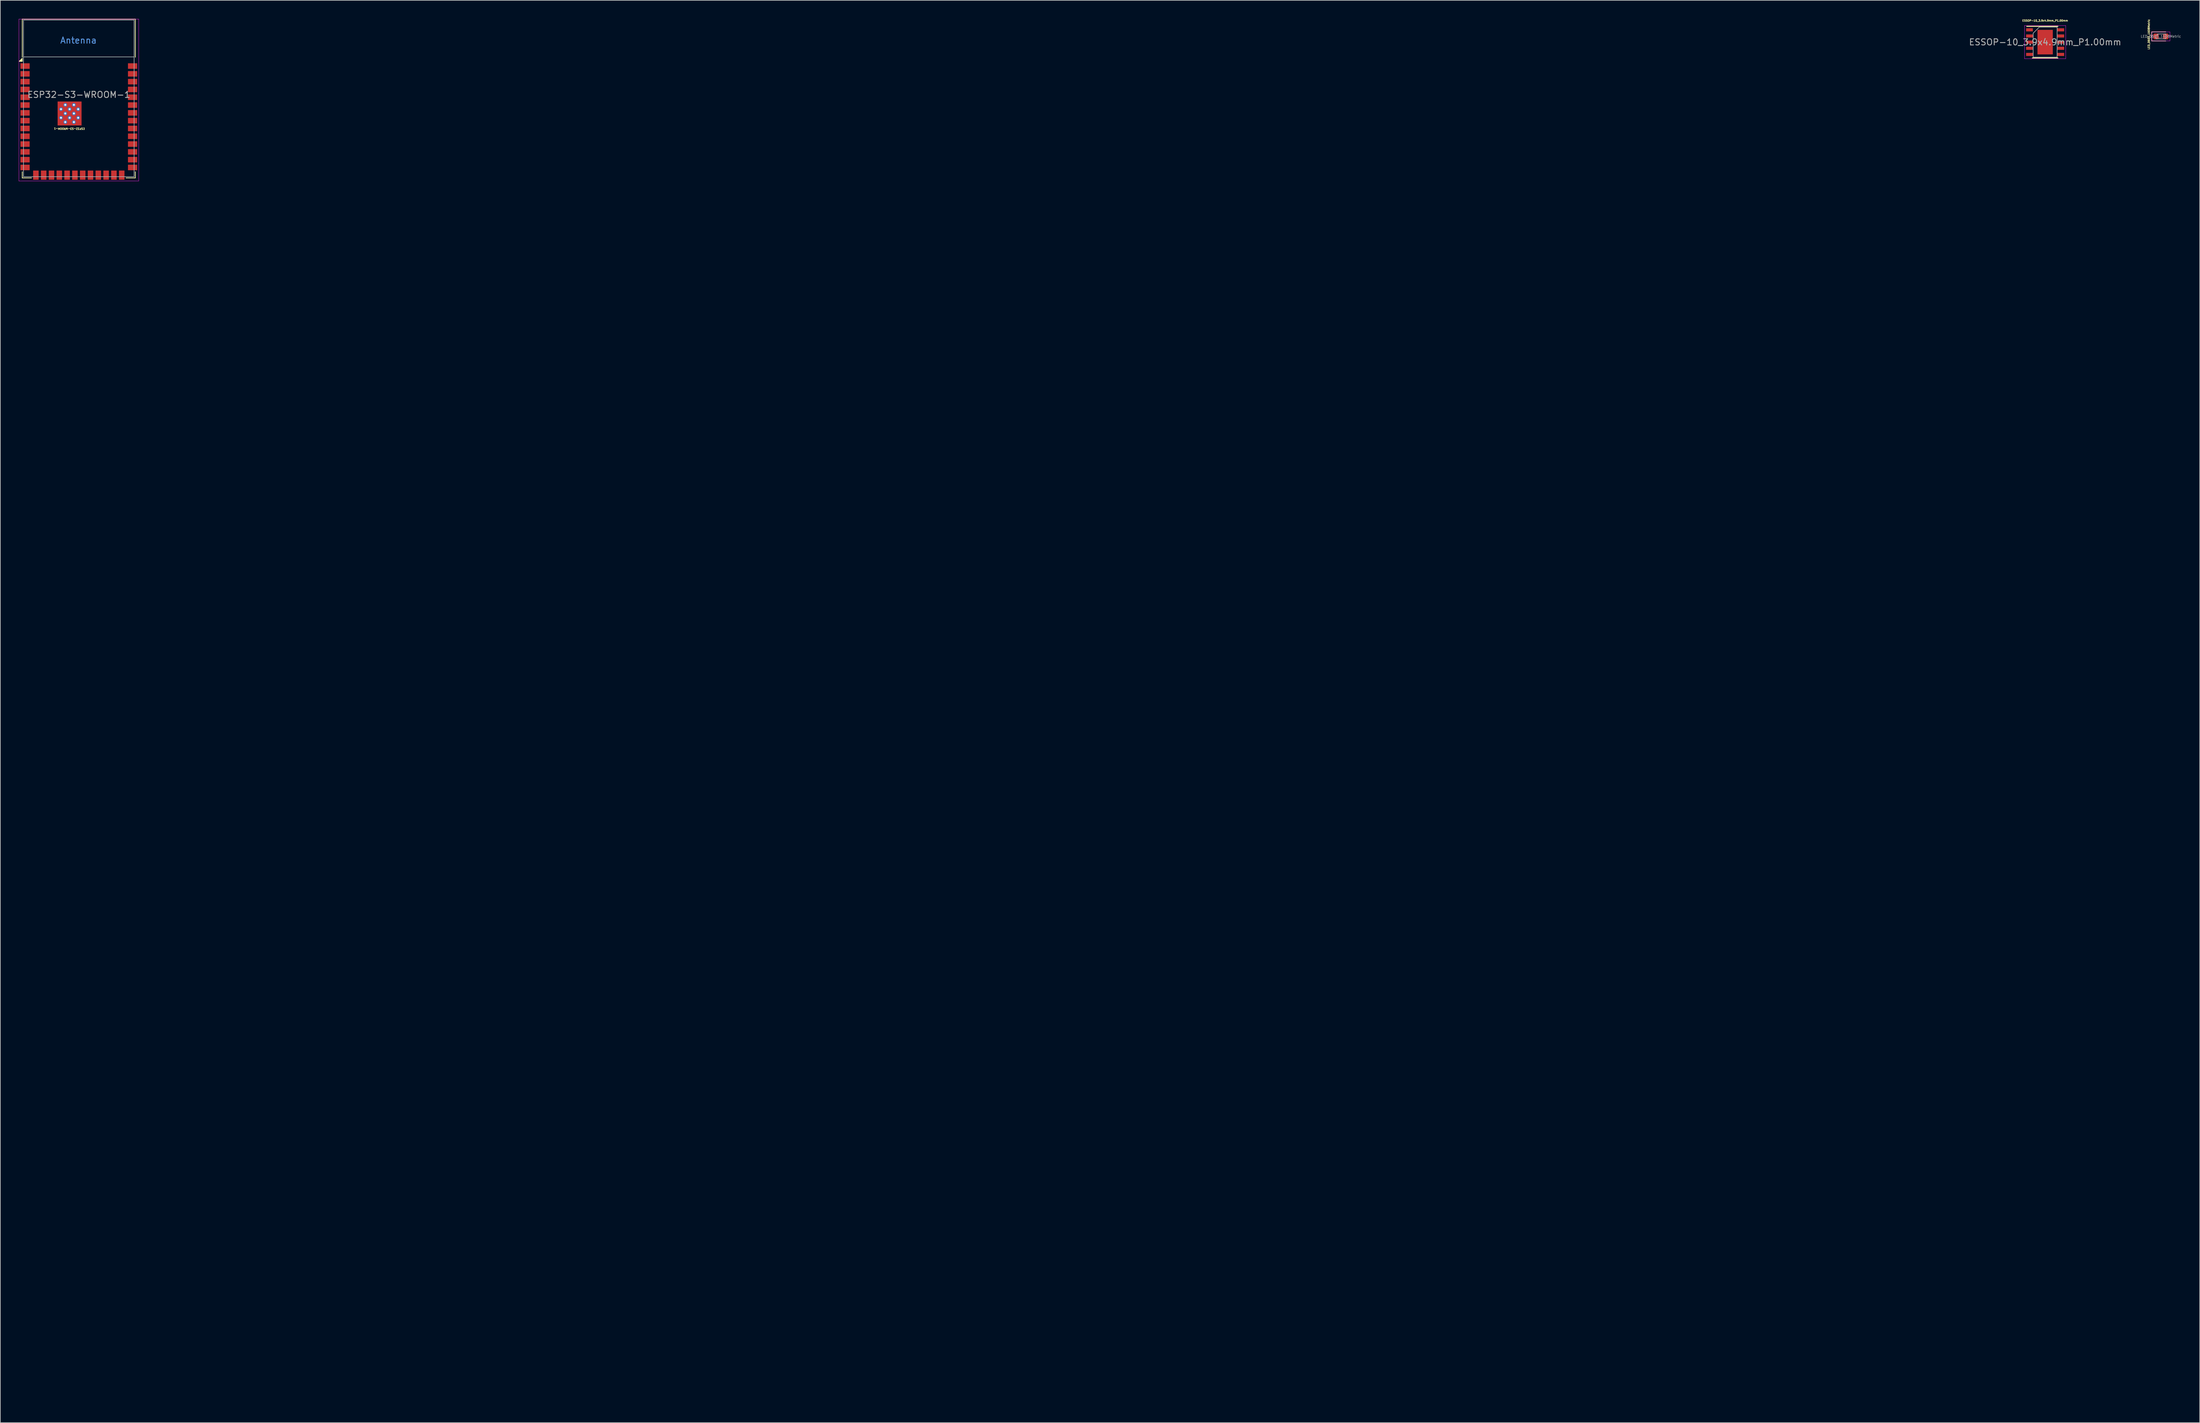
<source format=kicad_pcb>
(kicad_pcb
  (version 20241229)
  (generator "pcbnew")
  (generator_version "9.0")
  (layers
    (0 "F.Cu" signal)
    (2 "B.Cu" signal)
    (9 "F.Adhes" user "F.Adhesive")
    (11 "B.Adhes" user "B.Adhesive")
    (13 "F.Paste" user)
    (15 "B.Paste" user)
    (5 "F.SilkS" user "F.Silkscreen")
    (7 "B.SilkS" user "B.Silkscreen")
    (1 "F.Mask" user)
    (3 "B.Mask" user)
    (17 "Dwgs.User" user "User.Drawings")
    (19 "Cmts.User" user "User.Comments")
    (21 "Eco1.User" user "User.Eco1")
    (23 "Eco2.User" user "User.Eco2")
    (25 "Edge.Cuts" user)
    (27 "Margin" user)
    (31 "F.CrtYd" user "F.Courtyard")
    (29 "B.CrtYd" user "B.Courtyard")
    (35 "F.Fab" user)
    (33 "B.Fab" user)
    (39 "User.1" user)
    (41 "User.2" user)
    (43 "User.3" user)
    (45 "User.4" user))
  (footprint "ESSOP-10_3.9x4.9mm_P1.00mm"
    (layer "F.Cu")
    (at 329.786 3.807)
    (property "Reference" "ESSOP-10_3.9x4.9mm_P1.00mm" (at 0 -3.5 0) (layer "F.SilkS") (effects (font (size 0.3 0.3) (thickness 0.075))))
    (attr smd)
    (fp_line (start -3 -2.57) (end 2.07 -2.57) (stroke (width 0.15) (type solid)) (layer "F.SilkS"))
    (fp_line (start -2.07 2.57) (end 2.07 2.57) (stroke (width 0.15) (type solid)) (layer "F.SilkS"))
    (fp_line (start -3.35 -2.7) (end -3.35 2.7) (stroke (width 0.05) (type solid)) (layer "F.CrtYd"))
    (fp_line (start -3.35 -2.7) (end 3.35 -2.7) (stroke (width 0.05) (type solid)) (layer "F.CrtYd"))
    (fp_line (start -3.35 2.7) (end 3.35 2.7) (stroke (width 0.05) (type solid)) (layer "F.CrtYd"))
    (fp_line (start 3.35 -2.7) (end 3.35 2.7) (stroke (width 0.05) (type solid)) (layer "F.CrtYd"))
    (fp_line (start -1.95 -1.45) (end -0.95 -2.45) (stroke (width 0.1) (type solid)) (layer "F.Fab"))
    (fp_line (start -1.95 2.45) (end -1.95 -1.45) (stroke (width 0.1) (type solid)) (layer "F.Fab"))
    (fp_line (start -0.95 -2.45) (end 1.95 -2.45) (stroke (width 0.1) (type solid)) (layer "F.Fab"))
    (fp_line (start 1.95 -2.45) (end 1.95 2.45) (stroke (width 0.1) (type solid)) (layer "F.Fab"))
    (fp_line (start 1.95 2.45) (end -1.95 2.45) (stroke (width 0.1) (type solid)) (layer "F.Fab"))
    (fp_text user "${REFERENCE}" (at 0 0 0) (layer "F.Fab") (effects (font (size 1 1) (thickness 0.15))))
    (pad "1" smd rect (at -2.55 -2) (size 1.1 0.51) (layers "F.Cu" "F.Mask" "F.Paste"))
    (pad "2" smd rect (at -2.55 -1) (size 1.1 0.51) (layers "F.Cu" "F.Mask" "F.Paste"))
    (pad "3" smd rect (at -2.55 0) (size 1.1 0.51) (layers "F.Cu" "F.Mask" "F.Paste"))
    (pad "4" smd rect (at -2.55 1) (size 1.1 0.51) (layers "F.Cu" "F.Mask" "F.Paste"))
    (pad "5" smd rect (at -2.55 2) (size 1.1 0.51) (layers "F.Cu" "F.Mask" "F.Paste"))
    (pad "6" smd rect (at 2.55 2) (size 1.1 0.51) (layers "F.Cu" "F.Mask" "F.Paste"))
    (pad "7" smd rect (at 2.55 1) (size 1.1 0.51) (layers "F.Cu" "F.Mask" "F.Paste"))
    (pad "8" smd rect (at 2.55 0) (size 1.1 0.51) (layers "F.Cu" "F.Mask" "F.Paste"))
    (pad "9" smd rect (at 2.55 -1) (size 1.1 0.51) (layers "F.Cu" "F.Mask" "F.Paste"))
    (pad "10" smd rect (at 2.55 -2) (size 1.1 0.51) (layers "F.Cu" "F.Mask" "F.Paste"))
    (pad "11" smd rect (at 0 0) (size 2.5 4) (layers "F.Cu" "F.Mask" "F.Paste")))
  (footprint "LED_0603_1608Metric"
    (layer "F.Cu")
    (at 348.618 2.878)
    (property "Reference" "LED_0603_1608Metric" (at -1.955 -0.338 270) (layer "F.SilkS") (effects (font (size 0.3 0.3) (thickness 0.15))))
    (attr smd)
    (fp_line (start -1.485 -0.735) (end -1.485 0.735) (stroke (width 0.12) (type solid)) (layer "F.SilkS"))
    (fp_line (start -1.485 0.735) (end 0.8 0.735) (stroke (width 0.12) (type solid)) (layer "F.SilkS"))
    (fp_line (start 0.8 -0.735) (end -1.485 -0.735) (stroke (width 0.12) (type solid)) (layer "F.SilkS"))
    (fp_line (start -1.48 -0.73) (end 1.48 -0.73) (stroke (width 0.05) (type solid)) (layer "F.CrtYd"))
    (fp_line (start -1.48 0.73) (end -1.48 -0.73) (stroke (width 0.05) (type solid)) (layer "F.CrtYd"))
    (fp_line (start 1.48 -0.73) (end 1.48 0.73) (stroke (width 0.05) (type solid)) (layer "F.CrtYd"))
    (fp_line (start 1.48 0.73) (end -1.48 0.73) (stroke (width 0.05) (type solid)) (layer "F.CrtYd"))
    (fp_line (start -0.8 -0.1) (end -0.8 0.4) (stroke (width 0.1) (type solid)) (layer "F.Fab"))
    (fp_line (start -0.8 0.4) (end 0.8 0.4) (stroke (width 0.1) (type solid)) (layer "F.Fab"))
    (fp_line (start -0.5 -0.4) (end -0.8 -0.1) (stroke (width 0.1) (type solid)) (layer "F.Fab"))
    (fp_line (start 0.8 -0.4) (end -0.5 -0.4) (stroke (width 0.1) (type solid)) (layer "F.Fab"))
    (fp_line (start 0.8 0.4) (end 0.8 -0.4) (stroke (width 0.1) (type solid)) (layer "F.Fab"))
    (fp_text user "${REFERENCE}" (at 0 0 180) (layer "F.Fab") (effects (font (size 0.4 0.4) (thickness 0.06))))
    (pad "1" smd roundrect (at -0.788 0) (size 0.875 0.95) (layers "F.Cu" "F.Mask" "F.Paste") (roundrect_rratio 0.25))
    (pad "2" smd roundrect (at 0.788 0) (size 0.875 0.95) (layers "F.Cu" "F.Mask" "F.Paste") (roundrect_rratio 0.25)))
  (footprint "ESP32-S3-WROOM-1"
    (layer "F.Cu")
    (at 9.775 12.96)
    (property "Reference" "ESP32-S3-WROOM-1" (at -1.539 4.93 180) (unlocked yes) (layer "F.SilkS") (effects (font (size 0.3 0.3) (thickness 0.075))))
    (attr smd)
    (fp_line (start -9.2 -12.9) (end -9.2 -6.7) (stroke (width 0.12) (type solid)) (layer "F.SilkS"))
    (fp_line (start -9.2 -12.9) (end 9.2 -12.9) (stroke (width 0.12) (type solid)) (layer "F.SilkS"))
    (fp_line (start -9.2 11.95) (end -9.2 12.95) (stroke (width 0.12) (type solid)) (layer "F.SilkS"))
    (fp_line (start -9.2 12.95) (end -7.7 12.95) (stroke (width 0.12) (type solid)) (layer "F.SilkS"))
    (fp_line (start 9.2 -12.9) (end 9.2 -6.7) (stroke (width 0.12) (type solid)) (layer "F.SilkS"))
    (fp_line (start 9.2 12.95) (end 7.7 12.95) (stroke (width 0.12) (type solid)) (layer "F.SilkS"))
    (fp_line (start 9.2 12.95) (end 9.2 11.95) (stroke (width 0.12) (type solid)) (layer "F.SilkS"))
    (fp_poly (pts (xy -9.2 -6.025) (xy -9.7 -6.025) (xy -9.2 -6.525) (xy -9.2 -6.025)) (stroke (width 0.12) (type solid)) (fill yes) (layer "F.SilkS"))
    (fp_line (start -9.75 -12.9) (end -9.75 -6.75) (stroke (width 0.05) (type solid)) (layer "F.CrtYd"))
    (fp_line (start -9.75 13.45) (end -9.75 -6.75) (stroke (width 0.05) (type solid)) (layer "F.CrtYd"))
    (fp_line (start -9.75 13.45) (end 9.75 13.45) (stroke (width 0.05) (type solid)) (layer "F.CrtYd"))
    (fp_line (start 9.75 -12.9) (end -9.75 -12.9) (stroke (width 0.05) (type solid)) (layer "F.CrtYd"))
    (fp_line (start 9.75 -6.75) (end 9.75 -12.9) (stroke (width 0.05) (type solid)) (layer "F.CrtYd"))
    (fp_line (start 9.75 -6.75) (end 9.75 13.45) (stroke (width 0.05) (type solid)) (layer "F.CrtYd"))
    (fp_line (start -9 -12.75) (end 9 -12.75) (stroke (width 0.1) (type solid)) (layer "F.Fab"))
    (fp_line (start -9 -6.75) (end 9 -6.75) (stroke (width 0.1) (type solid)) (layer "F.Fab"))
    (fp_line (start -9 12.75) (end -9 -12.75) (stroke (width 0.1) (type solid)) (layer "F.Fab"))
    (fp_line (start -9 12.75) (end 9 12.75) (stroke (width 0.1) (type solid)) (layer "F.Fab"))
    (fp_line (start 9 12.75) (end 9 -12.75) (stroke (width 0.1) (type solid)) (layer "F.Fab"))
    (fp_text user "Antenna" (at -0.05 -9.44 0) (layer "Cmts.User") (effects (font (size 1 1) (thickness 0.15))))
    (fp_text user "${REFERENCE}" (at 0 -0.6 0) (unlocked yes) (layer "F.Fab") (effects (font (size 1 1) (thickness 0.15))))
    (pad "" smd rect (at -2.9 1.06) (size 0.9 0.9) (layers "F.Paste"))
    (pad "" smd rect (at -2.9 2.46 270) (size 0.9 0.9) (layers "F.Paste"))
    (pad "" smd rect (at -2.9 3.86) (size 0.9 0.9) (layers "F.Paste"))
    (pad "" smd rect (at -1.5 1.06 270) (size 0.9 0.9) (layers "F.Paste"))
    (pad "" smd rect (at -1.5 2.46 270) (size 0.9 0.9) (layers "F.Paste"))
    (pad "" smd rect (at -1.5 3.86 270) (size 0.9 0.9) (layers "F.Paste"))
    (pad "" smd rect (at -0.1 1.06 270) (size 0.9 0.9) (layers "F.Paste"))
    (pad "" smd rect (at -0.1 2.46 270) (size 0.9 0.9) (layers "F.Paste"))
    (pad "" smd rect (at -0.1 3.86 270) (size 0.9 0.9) (layers "F.Paste"))
    (pad "1" smd rect (at -8.75 -5.26) (size 1.5 0.9) (layers "F.Cu" "F.Mask" "F.Paste"))
    (pad "2" smd rect (at -8.75 -3.99) (size 1.5 0.9) (layers "F.Cu" "F.Mask" "F.Paste"))
    (pad "3" smd rect (at -8.75 -2.72) (size 1.5 0.9) (layers "F.Cu" "F.Mask" "F.Paste"))
    (pad "4" smd rect (at -8.75 -1.45) (size 1.5 0.9) (layers "F.Cu" "F.Mask" "F.Paste"))
    (pad "5" smd rect (at -8.75 -0.18) (size 1.5 0.9) (layers "F.Cu" "F.Mask" "F.Paste"))
    (pad "6" smd rect (at -8.75 1.09) (size 1.5 0.9) (layers "F.Cu" "F.Mask" "F.Paste"))
    (pad "7" smd rect (at -8.75 2.36) (size 1.5 0.9) (layers "F.Cu" "F.Mask" "F.Paste"))
    (pad "8" smd rect (at -8.75 3.63) (size 1.5 0.9) (layers "F.Cu" "F.Mask" "F.Paste"))
    (pad "9" smd rect (at -8.75 4.9) (size 1.5 0.9) (layers "F.Cu" "F.Mask" "F.Paste"))
    (pad "10" smd rect (at -8.75 6.17) (size 1.5 0.9) (layers "F.Cu" "F.Mask" "F.Paste"))
    (pad "11" smd rect (at -8.75 7.44) (size 1.5 0.9) (layers "F.Cu" "F.Mask" "F.Paste"))
    (pad "12" smd rect (at -8.75 8.71) (size 1.5 0.9) (layers "F.Cu" "F.Mask" "F.Paste"))
    (pad "13" smd rect (at -8.75 9.98) (size 1.5 0.9) (layers "F.Cu" "F.Mask" "F.Paste"))
    (pad "14" smd rect (at -8.75 11.25 180) (size 1.5 0.9) (layers "F.Cu" "F.Mask" "F.Paste"))
    (pad "15" smd rect (at -6.985 12.5 270) (size 1.5 0.9) (layers "F.Cu" "F.Mask" "F.Paste"))
    (pad "16" smd rect (at -5.715 12.5 270) (size 1.5 0.9) (layers "F.Cu" "F.Mask" "F.Paste"))
    (pad "17" smd rect (at -4.445 12.5 270) (size 1.5 0.9) (layers "F.Cu" "F.Mask" "F.Paste"))
    (pad "18" smd rect (at -3.175 12.5 270) (size 1.5 0.9) (layers "F.Cu" "F.Mask" "F.Paste"))
    (pad "19" smd rect (at -1.905 12.5 270) (size 1.5 0.9) (layers "F.Cu" "F.Mask" "F.Paste"))
    (pad "20" smd rect (at -0.635 12.5 270) (size 1.5 0.9) (layers "F.Cu" "F.Mask" "F.Paste"))
    (pad "21" smd rect (at 0.635 12.5 270) (size 1.5 0.9) (layers "F.Cu" "F.Mask" "F.Paste"))
    (pad "22" smd rect (at 1.905 12.5 270) (size 1.5 0.9) (layers "F.Cu" "F.Mask" "F.Paste"))
    (pad "23" smd rect (at 3.175 12.5 270) (size 1.5 0.9) (layers "F.Cu" "F.Mask" "F.Paste"))
    (pad "24" smd rect (at 4.445 12.5 270) (size 1.5 0.9) (layers "F.Cu" "F.Mask" "F.Paste"))
    (pad "25" smd rect (at 5.715 12.5 270) (size 1.5 0.9) (layers "F.Cu" "F.Mask" "F.Paste"))
    (pad "26" smd rect (at 6.985 12.5 270) (size 1.5 0.9) (layers "F.Cu" "F.Mask" "F.Paste"))
    (pad "27" smd rect (at 8.75 11.25) (size 1.5 0.9) (layers "F.Cu" "F.Mask" "F.Paste"))
    (pad "28" smd rect (at 8.75 9.98) (size 1.5 0.9) (layers "F.Cu" "F.Mask" "F.Paste"))
    (pad "29" smd rect (at 8.75 8.71) (size 1.5 0.9) (layers "F.Cu" "F.Mask" "F.Paste"))
    (pad "30" smd rect (at 8.75 7.44) (size 1.5 0.9) (layers "F.Cu" "F.Mask" "F.Paste"))
    (pad "31" smd rect (at 8.75 6.17) (size 1.5 0.9) (layers "F.Cu" "F.Mask" "F.Paste"))
    (pad "32" smd rect (at 8.75 4.9) (size 1.5 0.9) (layers "F.Cu" "F.Mask" "F.Paste"))
    (pad "33" smd rect (at 8.75 3.63) (size 1.5 0.9) (layers "F.Cu" "F.Mask" "F.Paste"))
    (pad "34" smd rect (at 8.75 2.36) (size 1.5 0.9) (layers "F.Cu" "F.Mask" "F.Paste"))
    (pad "35" smd rect (at 8.75 1.09) (size 1.5 0.9) (layers "F.Cu" "F.Mask" "F.Paste"))
    (pad "36" smd rect (at 8.75 -0.18) (size 1.5 0.9) (layers "F.Cu" "F.Mask" "F.Paste"))
    (pad "37" smd rect (at 8.75 -1.45) (size 1.5 0.9) (layers "F.Cu" "F.Mask" "F.Paste"))
    (pad "38" smd rect (at 8.75 -2.72) (size 1.5 0.9) (layers "F.Cu" "F.Mask" "F.Paste"))
    (pad "39" smd rect (at 8.75 -3.99) (size 1.5 0.9) (layers "F.Cu" "F.Mask" "F.Paste"))
    (pad "40" smd rect (at 8.75 -5.26) (size 1.5 0.9) (layers "F.Cu" "F.Mask" "F.Paste"))
    (pad "41" thru_hole circle (at -2.9 1.76 90) (size 0.6 0.6) (drill 0.3) (property pad_prop_heatsink) (layers "*.Cu" "F.Mask"))
    (pad "41" thru_hole circle (at -2.9 3.16) (size 0.6 0.6) (drill 0.3) (property pad_prop_heatsink) (layers "*.Cu" "F.Mask"))
    (pad "41" thru_hole circle (at -2.2 1.06) (size 0.6 0.6) (drill 0.3) (property pad_prop_heatsink) (layers "*.Cu" "F.Mask"))
    (pad "41" thru_hole circle (at -2.2 2.46) (size 0.6 0.6) (drill 0.3) (property pad_prop_heatsink) (layers "*.Cu" "F.Mask"))
    (pad "41" thru_hole circle (at -2.2 3.86) (size 0.6 0.6) (drill 0.3) (property pad_prop_heatsink) (layers "*.Cu" "F.Mask"))
    (pad "41" thru_hole circle (at -1.5 1.76) (size 0.6 0.6) (drill 0.3) (property pad_prop_heatsink) (layers "*.Cu" "F.Mask"))
    (pad "41" smd rect (at -1.5 2.46 270) (size 3.9 3.9) (layers "F.Cu" "F.Mask"))
    (pad "41" thru_hole circle (at -1.5 3.16) (size 0.6 0.6) (drill 0.3) (property pad_prop_heatsink) (layers "*.Cu" "F.Mask"))
    (pad "41" thru_hole circle (at -0.8 1.06) (size 0.6 0.6) (drill 0.3) (property pad_prop_heatsink) (layers "*.Cu" "F.Mask"))
    (pad "41" thru_hole circle (at -0.8 2.46) (size 0.6 0.6) (drill 0.3) (property pad_prop_heatsink) (layers "*.Cu" "F.Mask"))
    (pad "41" thru_hole circle (at -0.8 3.86) (size 0.6 0.6) (drill 0.3) (property pad_prop_heatsink) (layers "*.Cu" "F.Mask"))
    (pad "41" thru_hole circle (at -0.1 1.76) (size 0.6 0.6) (drill 0.3) (property pad_prop_heatsink) (layers "*.Cu" "F.Mask"))
    (pad "41" thru_hole circle (at -0.1 3.16) (size 0.6 0.6) (drill 0.3) (property pad_prop_heatsink) (layers "*.Cu" "F.Mask"))
    (zone (net_name "") (layers "F.Cu" "B.Cu") (hatch full 0.508) (connect_pads) (min_thickness 0.254) (filled_areas_thickness no) (keepout (tracks not_allowed) (vias not_allowed) (pads not_allowed) (copperpour not_allowed) (footprints not_allowed)) (placement (enabled no)) (fill) (polygon (pts (xy 294.78 225.518) (xy 314.28 225.518) (xy 314.28 219.368) (xy 294.78 219.368)))))
  (gr_rect
    (start -3 -3)
    (end 354.944 228.518)
    (stroke (width 0.1) (type default))
    (fill no)
    (layer "Edge.Cuts")))
</source>
